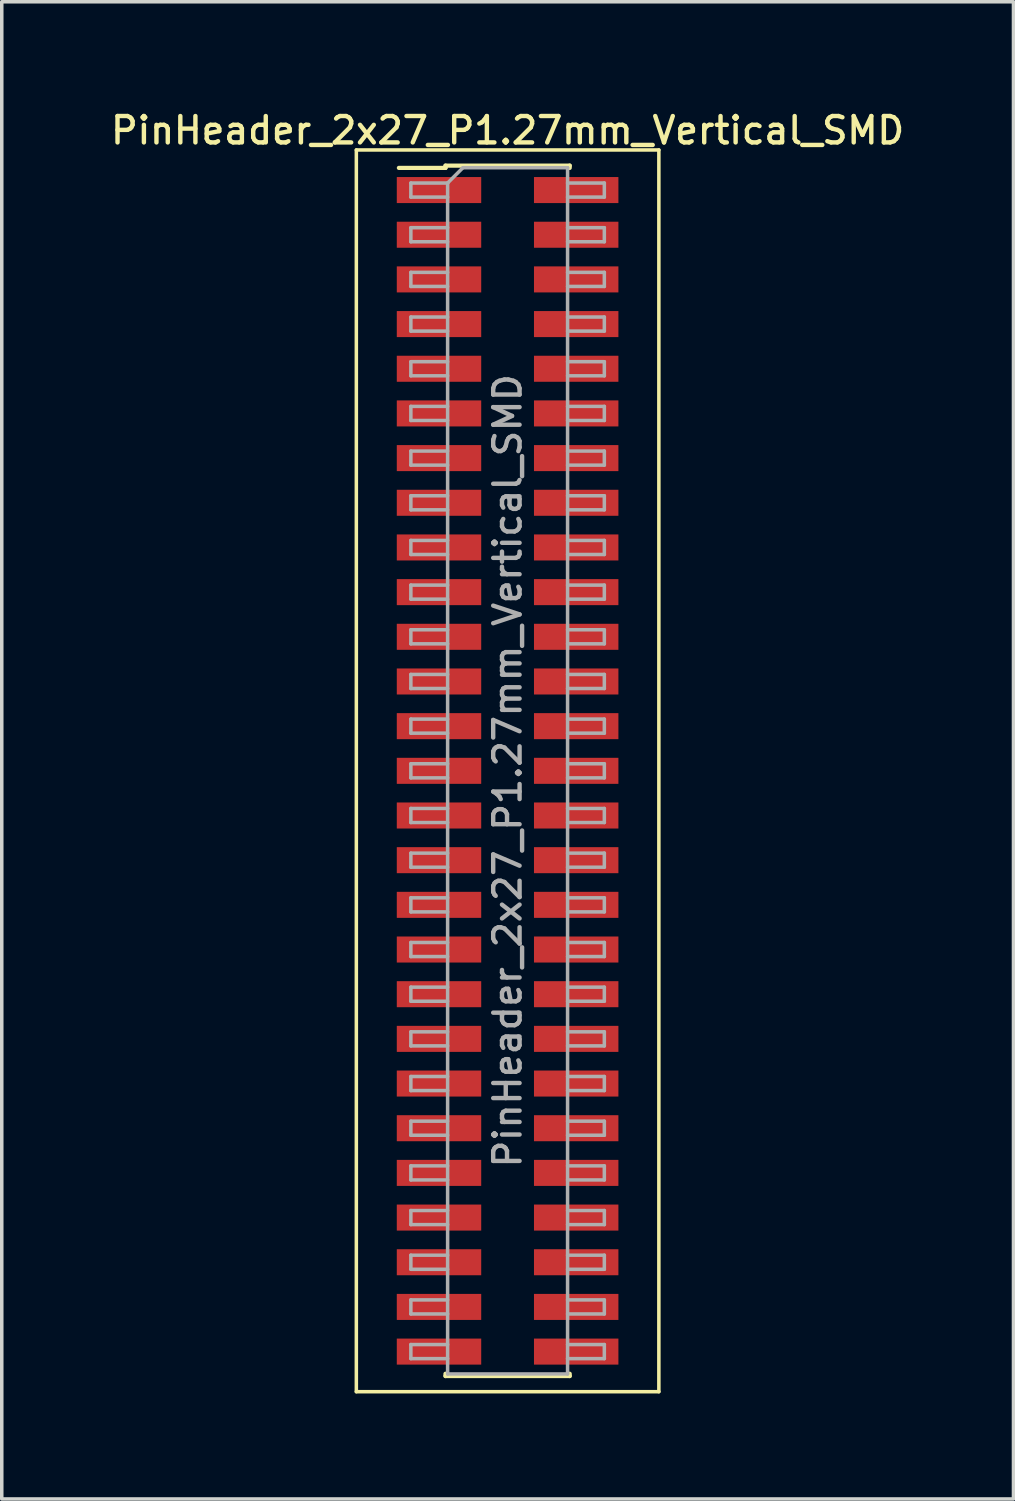
<source format=kicad_pcb>
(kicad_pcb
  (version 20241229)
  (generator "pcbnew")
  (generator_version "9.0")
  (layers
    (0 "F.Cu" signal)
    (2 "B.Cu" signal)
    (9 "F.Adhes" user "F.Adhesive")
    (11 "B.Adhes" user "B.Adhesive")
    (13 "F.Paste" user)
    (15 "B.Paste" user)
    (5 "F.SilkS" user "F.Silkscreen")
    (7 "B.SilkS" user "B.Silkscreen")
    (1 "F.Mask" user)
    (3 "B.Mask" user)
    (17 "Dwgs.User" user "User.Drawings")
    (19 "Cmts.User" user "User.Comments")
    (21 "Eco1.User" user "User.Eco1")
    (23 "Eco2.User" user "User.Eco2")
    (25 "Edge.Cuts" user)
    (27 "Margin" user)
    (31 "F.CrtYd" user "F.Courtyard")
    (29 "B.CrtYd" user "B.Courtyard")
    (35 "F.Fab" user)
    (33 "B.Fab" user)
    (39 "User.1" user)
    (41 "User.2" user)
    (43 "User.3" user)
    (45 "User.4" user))
  (footprint "PinHeader_2x27_P1.27mm_Vertical_SMD"
    (layer "F.Cu")
    (at 11.38 18.863)
    (property "Reference" "PinHeader_2x27_P1.27mm_Vertical_SMD" (at 0 -18.205 0) (layer "F.SilkS") (effects (font (size 0.75 0.75) (thickness 0.125))))
    (attr smd)
    (fp_line (start -4.3 -17.65) (end -4.3 17.65) (stroke (width 0.1) (type solid)) (layer "F.SilkS"))
    (fp_line (start -4.3 17.65) (end 4.3 17.65) (stroke (width 0.1) (type solid)) (layer "F.SilkS"))
    (fp_line (start -3.09 -17.14) (end -1.765 -17.14) (stroke (width 0.12) (type solid)) (layer "F.SilkS"))
    (fp_line (start -1.765 -17.205) (end -1.765 -17.14) (stroke (width 0.12) (type solid)) (layer "F.SilkS"))
    (fp_line (start -1.765 -17.205) (end 1.765 -17.205) (stroke (width 0.12) (type solid)) (layer "F.SilkS"))
    (fp_line (start -1.765 17.14) (end -1.765 17.205) (stroke (width 0.12) (type solid)) (layer "F.SilkS"))
    (fp_line (start -1.765 17.205) (end 1.765 17.205) (stroke (width 0.12) (type solid)) (layer "F.SilkS"))
    (fp_line (start 1.765 -17.205) (end 1.765 -17.14) (stroke (width 0.12) (type solid)) (layer "F.SilkS"))
    (fp_line (start 1.765 17.14) (end 1.765 17.205) (stroke (width 0.12) (type solid)) (layer "F.SilkS"))
    (fp_line (start 4.3 -17.65) (end -4.3 -17.65) (stroke (width 0.1) (type solid)) (layer "F.SilkS"))
    (fp_line (start 4.3 17.65) (end 4.3 -17.65) (stroke (width 0.1) (type solid)) (layer "F.SilkS"))
    (fp_line (start -2.75 -16.71) (end -2.75 -16.31) (stroke (width 0.1) (type solid)) (layer "F.Fab"))
    (fp_line (start -2.75 -16.31) (end -1.705 -16.31) (stroke (width 0.1) (type solid)) (layer "F.Fab"))
    (fp_line (start -2.75 -15.44) (end -2.75 -15.04) (stroke (width 0.1) (type solid)) (layer "F.Fab"))
    (fp_line (start -2.75 -15.04) (end -1.705 -15.04) (stroke (width 0.1) (type solid)) (layer "F.Fab"))
    (fp_line (start -2.75 -14.17) (end -2.75 -13.77) (stroke (width 0.1) (type solid)) (layer "F.Fab"))
    (fp_line (start -2.75 -13.77) (end -1.705 -13.77) (stroke (width 0.1) (type solid)) (layer "F.Fab"))
    (fp_line (start -2.75 -12.9) (end -2.75 -12.5) (stroke (width 0.1) (type solid)) (layer "F.Fab"))
    (fp_line (start -2.75 -12.5) (end -1.705 -12.5) (stroke (width 0.1) (type solid)) (layer "F.Fab"))
    (fp_line (start -2.75 -11.63) (end -2.75 -11.23) (stroke (width 0.1) (type solid)) (layer "F.Fab"))
    (fp_line (start -2.75 -11.23) (end -1.705 -11.23) (stroke (width 0.1) (type solid)) (layer "F.Fab"))
    (fp_line (start -2.75 -10.36) (end -2.75 -9.96) (stroke (width 0.1) (type solid)) (layer "F.Fab"))
    (fp_line (start -2.75 -9.96) (end -1.705 -9.96) (stroke (width 0.1) (type solid)) (layer "F.Fab"))
    (fp_line (start -2.75 -9.09) (end -2.75 -8.69) (stroke (width 0.1) (type solid)) (layer "F.Fab"))
    (fp_line (start -2.75 -8.69) (end -1.705 -8.69) (stroke (width 0.1) (type solid)) (layer "F.Fab"))
    (fp_line (start -2.75 -7.82) (end -2.75 -7.42) (stroke (width 0.1) (type solid)) (layer "F.Fab"))
    (fp_line (start -2.75 -7.42) (end -1.705 -7.42) (stroke (width 0.1) (type solid)) (layer "F.Fab"))
    (fp_line (start -2.75 -6.55) (end -2.75 -6.15) (stroke (width 0.1) (type solid)) (layer "F.Fab"))
    (fp_line (start -2.75 -6.15) (end -1.705 -6.15) (stroke (width 0.1) (type solid)) (layer "F.Fab"))
    (fp_line (start -2.75 -5.28) (end -2.75 -4.88) (stroke (width 0.1) (type solid)) (layer "F.Fab"))
    (fp_line (start -2.75 -4.88) (end -1.705 -4.88) (stroke (width 0.1) (type solid)) (layer "F.Fab"))
    (fp_line (start -2.75 -4.01) (end -2.75 -3.61) (stroke (width 0.1) (type solid)) (layer "F.Fab"))
    (fp_line (start -2.75 -3.61) (end -1.705 -3.61) (stroke (width 0.1) (type solid)) (layer "F.Fab"))
    (fp_line (start -2.75 -2.74) (end -2.75 -2.34) (stroke (width 0.1) (type solid)) (layer "F.Fab"))
    (fp_line (start -2.75 -2.34) (end -1.705 -2.34) (stroke (width 0.1) (type solid)) (layer "F.Fab"))
    (fp_line (start -2.75 -1.47) (end -2.75 -1.07) (stroke (width 0.1) (type solid)) (layer "F.Fab"))
    (fp_line (start -2.75 -1.07) (end -1.705 -1.07) (stroke (width 0.1) (type solid)) (layer "F.Fab"))
    (fp_line (start -2.75 -0.2) (end -2.75 0.2) (stroke (width 0.1) (type solid)) (layer "F.Fab"))
    (fp_line (start -2.75 0.2) (end -1.705 0.2) (stroke (width 0.1) (type solid)) (layer "F.Fab"))
    (fp_line (start -2.75 1.07) (end -2.75 1.47) (stroke (width 0.1) (type solid)) (layer "F.Fab"))
    (fp_line (start -2.75 1.47) (end -1.705 1.47) (stroke (width 0.1) (type solid)) (layer "F.Fab"))
    (fp_line (start -2.75 2.34) (end -2.75 2.74) (stroke (width 0.1) (type solid)) (layer "F.Fab"))
    (fp_line (start -2.75 2.74) (end -1.705 2.74) (stroke (width 0.1) (type solid)) (layer "F.Fab"))
    (fp_line (start -2.75 3.61) (end -2.75 4.01) (stroke (width 0.1) (type solid)) (layer "F.Fab"))
    (fp_line (start -2.75 4.01) (end -1.705 4.01) (stroke (width 0.1) (type solid)) (layer "F.Fab"))
    (fp_line (start -2.75 4.88) (end -2.75 5.28) (stroke (width 0.1) (type solid)) (layer "F.Fab"))
    (fp_line (start -2.75 5.28) (end -1.705 5.28) (stroke (width 0.1) (type solid)) (layer "F.Fab"))
    (fp_line (start -2.75 6.15) (end -2.75 6.55) (stroke (width 0.1) (type solid)) (layer "F.Fab"))
    (fp_line (start -2.75 6.55) (end -1.705 6.55) (stroke (width 0.1) (type solid)) (layer "F.Fab"))
    (fp_line (start -2.75 7.42) (end -2.75 7.82) (stroke (width 0.1) (type solid)) (layer "F.Fab"))
    (fp_line (start -2.75 7.82) (end -1.705 7.82) (stroke (width 0.1) (type solid)) (layer "F.Fab"))
    (fp_line (start -2.75 8.69) (end -2.75 9.09) (stroke (width 0.1) (type solid)) (layer "F.Fab"))
    (fp_line (start -2.75 9.09) (end -1.705 9.09) (stroke (width 0.1) (type solid)) (layer "F.Fab"))
    (fp_line (start -2.75 9.96) (end -2.75 10.36) (stroke (width 0.1) (type solid)) (layer "F.Fab"))
    (fp_line (start -2.75 10.36) (end -1.705 10.36) (stroke (width 0.1) (type solid)) (layer "F.Fab"))
    (fp_line (start -2.75 11.23) (end -2.75 11.63) (stroke (width 0.1) (type solid)) (layer "F.Fab"))
    (fp_line (start -2.75 11.63) (end -1.705 11.63) (stroke (width 0.1) (type solid)) (layer "F.Fab"))
    (fp_line (start -2.75 12.5) (end -2.75 12.9) (stroke (width 0.1) (type solid)) (layer "F.Fab"))
    (fp_line (start -2.75 12.9) (end -1.705 12.9) (stroke (width 0.1) (type solid)) (layer "F.Fab"))
    (fp_line (start -2.75 13.77) (end -2.75 14.17) (stroke (width 0.1) (type solid)) (layer "F.Fab"))
    (fp_line (start -2.75 14.17) (end -1.705 14.17) (stroke (width 0.1) (type solid)) (layer "F.Fab"))
    (fp_line (start -2.75 15.04) (end -2.75 15.44) (stroke (width 0.1) (type solid)) (layer "F.Fab"))
    (fp_line (start -2.75 15.44) (end -1.705 15.44) (stroke (width 0.1) (type solid)) (layer "F.Fab"))
    (fp_line (start -2.75 16.31) (end -2.75 16.71) (stroke (width 0.1) (type solid)) (layer "F.Fab"))
    (fp_line (start -2.75 16.71) (end -1.705 16.71) (stroke (width 0.1) (type solid)) (layer "F.Fab"))
    (fp_line (start -1.705 -16.71) (end -2.75 -16.71) (stroke (width 0.1) (type solid)) (layer "F.Fab"))
    (fp_line (start -1.705 -16.71) (end -1.27 -17.145) (stroke (width 0.1) (type solid)) (layer "F.Fab"))
    (fp_line (start -1.705 -15.44) (end -2.75 -15.44) (stroke (width 0.1) (type solid)) (layer "F.Fab"))
    (fp_line (start -1.705 -14.17) (end -2.75 -14.17) (stroke (width 0.1) (type solid)) (layer "F.Fab"))
    (fp_line (start -1.705 -12.9) (end -2.75 -12.9) (stroke (width 0.1) (type solid)) (layer "F.Fab"))
    (fp_line (start -1.705 -11.63) (end -2.75 -11.63) (stroke (width 0.1) (type solid)) (layer "F.Fab"))
    (fp_line (start -1.705 -10.36) (end -2.75 -10.36) (stroke (width 0.1) (type solid)) (layer "F.Fab"))
    (fp_line (start -1.705 -9.09) (end -2.75 -9.09) (stroke (width 0.1) (type solid)) (layer "F.Fab"))
    (fp_line (start -1.705 -7.82) (end -2.75 -7.82) (stroke (width 0.1) (type solid)) (layer "F.Fab"))
    (fp_line (start -1.705 -6.55) (end -2.75 -6.55) (stroke (width 0.1) (type solid)) (layer "F.Fab"))
    (fp_line (start -1.705 -5.28) (end -2.75 -5.28) (stroke (width 0.1) (type solid)) (layer "F.Fab"))
    (fp_line (start -1.705 -4.01) (end -2.75 -4.01) (stroke (width 0.1) (type solid)) (layer "F.Fab"))
    (fp_line (start -1.705 -2.74) (end -2.75 -2.74) (stroke (width 0.1) (type solid)) (layer "F.Fab"))
    (fp_line (start -1.705 -1.47) (end -2.75 -1.47) (stroke (width 0.1) (type solid)) (layer "F.Fab"))
    (fp_line (start -1.705 -0.2) (end -2.75 -0.2) (stroke (width 0.1) (type solid)) (layer "F.Fab"))
    (fp_line (start -1.705 1.07) (end -2.75 1.07) (stroke (width 0.1) (type solid)) (layer "F.Fab"))
    (fp_line (start -1.705 2.34) (end -2.75 2.34) (stroke (width 0.1) (type solid)) (layer "F.Fab"))
    (fp_line (start -1.705 3.61) (end -2.75 3.61) (stroke (width 0.1) (type solid)) (layer "F.Fab"))
    (fp_line (start -1.705 4.88) (end -2.75 4.88) (stroke (width 0.1) (type solid)) (layer "F.Fab"))
    (fp_line (start -1.705 6.15) (end -2.75 6.15) (stroke (width 0.1) (type solid)) (layer "F.Fab"))
    (fp_line (start -1.705 7.42) (end -2.75 7.42) (stroke (width 0.1) (type solid)) (layer "F.Fab"))
    (fp_line (start -1.705 8.69) (end -2.75 8.69) (stroke (width 0.1) (type solid)) (layer "F.Fab"))
    (fp_line (start -1.705 9.96) (end -2.75 9.96) (stroke (width 0.1) (type solid)) (layer "F.Fab"))
    (fp_line (start -1.705 11.23) (end -2.75 11.23) (stroke (width 0.1) (type solid)) (layer "F.Fab"))
    (fp_line (start -1.705 12.5) (end -2.75 12.5) (stroke (width 0.1) (type solid)) (layer "F.Fab"))
    (fp_line (start -1.705 13.77) (end -2.75 13.77) (stroke (width 0.1) (type solid)) (layer "F.Fab"))
    (fp_line (start -1.705 15.04) (end -2.75 15.04) (stroke (width 0.1) (type solid)) (layer "F.Fab"))
    (fp_line (start -1.705 16.31) (end -2.75 16.31) (stroke (width 0.1) (type solid)) (layer "F.Fab"))
    (fp_line (start -1.705 17.145) (end -1.705 -16.71) (stroke (width 0.1) (type solid)) (layer "F.Fab"))
    (fp_line (start -1.27 -17.145) (end 1.705 -17.145) (stroke (width 0.1) (type solid)) (layer "F.Fab"))
    (fp_line (start 1.705 -17.145) (end 1.705 17.145) (stroke (width 0.1) (type solid)) (layer "F.Fab"))
    (fp_line (start 1.705 -16.71) (end 2.75 -16.71) (stroke (width 0.1) (type solid)) (layer "F.Fab"))
    (fp_line (start 1.705 -15.44) (end 2.75 -15.44) (stroke (width 0.1) (type solid)) (layer "F.Fab"))
    (fp_line (start 1.705 -14.17) (end 2.75 -14.17) (stroke (width 0.1) (type solid)) (layer "F.Fab"))
    (fp_line (start 1.705 -12.9) (end 2.75 -12.9) (stroke (width 0.1) (type solid)) (layer "F.Fab"))
    (fp_line (start 1.705 -11.63) (end 2.75 -11.63) (stroke (width 0.1) (type solid)) (layer "F.Fab"))
    (fp_line (start 1.705 -10.36) (end 2.75 -10.36) (stroke (width 0.1) (type solid)) (layer "F.Fab"))
    (fp_line (start 1.705 -9.09) (end 2.75 -9.09) (stroke (width 0.1) (type solid)) (layer "F.Fab"))
    (fp_line (start 1.705 -7.82) (end 2.75 -7.82) (stroke (width 0.1) (type solid)) (layer "F.Fab"))
    (fp_line (start 1.705 -6.55) (end 2.75 -6.55) (stroke (width 0.1) (type solid)) (layer "F.Fab"))
    (fp_line (start 1.705 -5.28) (end 2.75 -5.28) (stroke (width 0.1) (type solid)) (layer "F.Fab"))
    (fp_line (start 1.705 -4.01) (end 2.75 -4.01) (stroke (width 0.1) (type solid)) (layer "F.Fab"))
    (fp_line (start 1.705 -2.74) (end 2.75 -2.74) (stroke (width 0.1) (type solid)) (layer "F.Fab"))
    (fp_line (start 1.705 -1.47) (end 2.75 -1.47) (stroke (width 0.1) (type solid)) (layer "F.Fab"))
    (fp_line (start 1.705 -0.2) (end 2.75 -0.2) (stroke (width 0.1) (type solid)) (layer "F.Fab"))
    (fp_line (start 1.705 1.07) (end 2.75 1.07) (stroke (width 0.1) (type solid)) (layer "F.Fab"))
    (fp_line (start 1.705 2.34) (end 2.75 2.34) (stroke (width 0.1) (type solid)) (layer "F.Fab"))
    (fp_line (start 1.705 3.61) (end 2.75 3.61) (stroke (width 0.1) (type solid)) (layer "F.Fab"))
    (fp_line (start 1.705 4.88) (end 2.75 4.88) (stroke (width 0.1) (type solid)) (layer "F.Fab"))
    (fp_line (start 1.705 6.15) (end 2.75 6.15) (stroke (width 0.1) (type solid)) (layer "F.Fab"))
    (fp_line (start 1.705 7.42) (end 2.75 7.42) (stroke (width 0.1) (type solid)) (layer "F.Fab"))
    (fp_line (start 1.705 8.69) (end 2.75 8.69) (stroke (width 0.1) (type solid)) (layer "F.Fab"))
    (fp_line (start 1.705 9.96) (end 2.75 9.96) (stroke (width 0.1) (type solid)) (layer "F.Fab"))
    (fp_line (start 1.705 11.23) (end 2.75 11.23) (stroke (width 0.1) (type solid)) (layer "F.Fab"))
    (fp_line (start 1.705 12.5) (end 2.75 12.5) (stroke (width 0.1) (type solid)) (layer "F.Fab"))
    (fp_line (start 1.705 13.77) (end 2.75 13.77) (stroke (width 0.1) (type solid)) (layer "F.Fab"))
    (fp_line (start 1.705 15.04) (end 2.75 15.04) (stroke (width 0.1) (type solid)) (layer "F.Fab"))
    (fp_line (start 1.705 16.31) (end 2.75 16.31) (stroke (width 0.1) (type solid)) (layer "F.Fab"))
    (fp_line (start 1.705 17.145) (end -1.705 17.145) (stroke (width 0.1) (type solid)) (layer "F.Fab"))
    (fp_line (start 2.75 -16.71) (end 2.75 -16.31) (stroke (width 0.1) (type solid)) (layer "F.Fab"))
    (fp_line (start 2.75 -16.31) (end 1.705 -16.31) (stroke (width 0.1) (type solid)) (layer "F.Fab"))
    (fp_line (start 2.75 -15.44) (end 2.75 -15.04) (stroke (width 0.1) (type solid)) (layer "F.Fab"))
    (fp_line (start 2.75 -15.04) (end 1.705 -15.04) (stroke (width 0.1) (type solid)) (layer "F.Fab"))
    (fp_line (start 2.75 -14.17) (end 2.75 -13.77) (stroke (width 0.1) (type solid)) (layer "F.Fab"))
    (fp_line (start 2.75 -13.77) (end 1.705 -13.77) (stroke (width 0.1) (type solid)) (layer "F.Fab"))
    (fp_line (start 2.75 -12.9) (end 2.75 -12.5) (stroke (width 0.1) (type solid)) (layer "F.Fab"))
    (fp_line (start 2.75 -12.5) (end 1.705 -12.5) (stroke (width 0.1) (type solid)) (layer "F.Fab"))
    (fp_line (start 2.75 -11.63) (end 2.75 -11.23) (stroke (width 0.1) (type solid)) (layer "F.Fab"))
    (fp_line (start 2.75 -11.23) (end 1.705 -11.23) (stroke (width 0.1) (type solid)) (layer "F.Fab"))
    (fp_line (start 2.75 -10.36) (end 2.75 -9.96) (stroke (width 0.1) (type solid)) (layer "F.Fab"))
    (fp_line (start 2.75 -9.96) (end 1.705 -9.96) (stroke (width 0.1) (type solid)) (layer "F.Fab"))
    (fp_line (start 2.75 -9.09) (end 2.75 -8.69) (stroke (width 0.1) (type solid)) (layer "F.Fab"))
    (fp_line (start 2.75 -8.69) (end 1.705 -8.69) (stroke (width 0.1) (type solid)) (layer "F.Fab"))
    (fp_line (start 2.75 -7.82) (end 2.75 -7.42) (stroke (width 0.1) (type solid)) (layer "F.Fab"))
    (fp_line (start 2.75 -7.42) (end 1.705 -7.42) (stroke (width 0.1) (type solid)) (layer "F.Fab"))
    (fp_line (start 2.75 -6.55) (end 2.75 -6.15) (stroke (width 0.1) (type solid)) (layer "F.Fab"))
    (fp_line (start 2.75 -6.15) (end 1.705 -6.15) (stroke (width 0.1) (type solid)) (layer "F.Fab"))
    (fp_line (start 2.75 -5.28) (end 2.75 -4.88) (stroke (width 0.1) (type solid)) (layer "F.Fab"))
    (fp_line (start 2.75 -4.88) (end 1.705 -4.88) (stroke (width 0.1) (type solid)) (layer "F.Fab"))
    (fp_line (start 2.75 -4.01) (end 2.75 -3.61) (stroke (width 0.1) (type solid)) (layer "F.Fab"))
    (fp_line (start 2.75 -3.61) (end 1.705 -3.61) (stroke (width 0.1) (type solid)) (layer "F.Fab"))
    (fp_line (start 2.75 -2.74) (end 2.75 -2.34) (stroke (width 0.1) (type solid)) (layer "F.Fab"))
    (fp_line (start 2.75 -2.34) (end 1.705 -2.34) (stroke (width 0.1) (type solid)) (layer "F.Fab"))
    (fp_line (start 2.75 -1.47) (end 2.75 -1.07) (stroke (width 0.1) (type solid)) (layer "F.Fab"))
    (fp_line (start 2.75 -1.07) (end 1.705 -1.07) (stroke (width 0.1) (type solid)) (layer "F.Fab"))
    (fp_line (start 2.75 -0.2) (end 2.75 0.2) (stroke (width 0.1) (type solid)) (layer "F.Fab"))
    (fp_line (start 2.75 0.2) (end 1.705 0.2) (stroke (width 0.1) (type solid)) (layer "F.Fab"))
    (fp_line (start 2.75 1.07) (end 2.75 1.47) (stroke (width 0.1) (type solid)) (layer "F.Fab"))
    (fp_line (start 2.75 1.47) (end 1.705 1.47) (stroke (width 0.1) (type solid)) (layer "F.Fab"))
    (fp_line (start 2.75 2.34) (end 2.75 2.74) (stroke (width 0.1) (type solid)) (layer "F.Fab"))
    (fp_line (start 2.75 2.74) (end 1.705 2.74) (stroke (width 0.1) (type solid)) (layer "F.Fab"))
    (fp_line (start 2.75 3.61) (end 2.75 4.01) (stroke (width 0.1) (type solid)) (layer "F.Fab"))
    (fp_line (start 2.75 4.01) (end 1.705 4.01) (stroke (width 0.1) (type solid)) (layer "F.Fab"))
    (fp_line (start 2.75 4.88) (end 2.75 5.28) (stroke (width 0.1) (type solid)) (layer "F.Fab"))
    (fp_line (start 2.75 5.28) (end 1.705 5.28) (stroke (width 0.1) (type solid)) (layer "F.Fab"))
    (fp_line (start 2.75 6.15) (end 2.75 6.55) (stroke (width 0.1) (type solid)) (layer "F.Fab"))
    (fp_line (start 2.75 6.55) (end 1.705 6.55) (stroke (width 0.1) (type solid)) (layer "F.Fab"))
    (fp_line (start 2.75 7.42) (end 2.75 7.82) (stroke (width 0.1) (type solid)) (layer "F.Fab"))
    (fp_line (start 2.75 7.82) (end 1.705 7.82) (stroke (width 0.1) (type solid)) (layer "F.Fab"))
    (fp_line (start 2.75 8.69) (end 2.75 9.09) (stroke (width 0.1) (type solid)) (layer "F.Fab"))
    (fp_line (start 2.75 9.09) (end 1.705 9.09) (stroke (width 0.1) (type solid)) (layer "F.Fab"))
    (fp_line (start 2.75 9.96) (end 2.75 10.36) (stroke (width 0.1) (type solid)) (layer "F.Fab"))
    (fp_line (start 2.75 10.36) (end 1.705 10.36) (stroke (width 0.1) (type solid)) (layer "F.Fab"))
    (fp_line (start 2.75 11.23) (end 2.75 11.63) (stroke (width 0.1) (type solid)) (layer "F.Fab"))
    (fp_line (start 2.75 11.63) (end 1.705 11.63) (stroke (width 0.1) (type solid)) (layer "F.Fab"))
    (fp_line (start 2.75 12.5) (end 2.75 12.9) (stroke (width 0.1) (type solid)) (layer "F.Fab"))
    (fp_line (start 2.75 12.9) (end 1.705 12.9) (stroke (width 0.1) (type solid)) (layer "F.Fab"))
    (fp_line (start 2.75 13.77) (end 2.75 14.17) (stroke (width 0.1) (type solid)) (layer "F.Fab"))
    (fp_line (start 2.75 14.17) (end 1.705 14.17) (stroke (width 0.1) (type solid)) (layer "F.Fab"))
    (fp_line (start 2.75 15.04) (end 2.75 15.44) (stroke (width 0.1) (type solid)) (layer "F.Fab"))
    (fp_line (start 2.75 15.44) (end 1.705 15.44) (stroke (width 0.1) (type solid)) (layer "F.Fab"))
    (fp_line (start 2.75 16.31) (end 2.75 16.71) (stroke (width 0.1) (type solid)) (layer "F.Fab"))
    (fp_line (start 2.75 16.71) (end 1.705 16.71) (stroke (width 0.1) (type solid)) (layer "F.Fab"))
    (fp_text user "${REFERENCE}" (at 0 0 90) (layer "F.Fab") (effects (font (size 0.75 0.75) (thickness 0.125))))
    (pad "1" smd rect (at -1.95 -16.51) (size 2.4 0.74) (layers "F.Cu" "F.Mask" "F.Paste"))
    (pad "2" smd rect (at 1.95 -16.51) (size 2.4 0.74) (layers "F.Cu" "F.Mask" "F.Paste"))
    (pad "3" smd rect (at -1.95 -15.24) (size 2.4 0.74) (layers "F.Cu" "F.Mask" "F.Paste"))
    (pad "4" smd rect (at 1.95 -15.24) (size 2.4 0.74) (layers "F.Cu" "F.Mask" "F.Paste"))
    (pad "5" smd rect (at -1.95 -13.97) (size 2.4 0.74) (layers "F.Cu" "F.Mask" "F.Paste"))
    (pad "6" smd rect (at 1.95 -13.97) (size 2.4 0.74) (layers "F.Cu" "F.Mask" "F.Paste"))
    (pad "7" smd rect (at -1.95 -12.7) (size 2.4 0.74) (layers "F.Cu" "F.Mask" "F.Paste"))
    (pad "8" smd rect (at 1.95 -12.7) (size 2.4 0.74) (layers "F.Cu" "F.Mask" "F.Paste"))
    (pad "9" smd rect (at -1.95 -11.43) (size 2.4 0.74) (layers "F.Cu" "F.Mask" "F.Paste"))
    (pad "10" smd rect (at 1.95 -11.43) (size 2.4 0.74) (layers "F.Cu" "F.Mask" "F.Paste"))
    (pad "11" smd rect (at -1.95 -10.16) (size 2.4 0.74) (layers "F.Cu" "F.Mask" "F.Paste"))
    (pad "12" smd rect (at 1.95 -10.16) (size 2.4 0.74) (layers "F.Cu" "F.Mask" "F.Paste"))
    (pad "13" smd rect (at -1.95 -8.89) (size 2.4 0.74) (layers "F.Cu" "F.Mask" "F.Paste"))
    (pad "14" smd rect (at 1.95 -8.89) (size 2.4 0.74) (layers "F.Cu" "F.Mask" "F.Paste"))
    (pad "15" smd rect (at -1.95 -7.62) (size 2.4 0.74) (layers "F.Cu" "F.Mask" "F.Paste"))
    (pad "16" smd rect (at 1.95 -7.62) (size 2.4 0.74) (layers "F.Cu" "F.Mask" "F.Paste"))
    (pad "17" smd rect (at -1.95 -6.35) (size 2.4 0.74) (layers "F.Cu" "F.Mask" "F.Paste"))
    (pad "18" smd rect (at 1.95 -6.35) (size 2.4 0.74) (layers "F.Cu" "F.Mask" "F.Paste"))
    (pad "19" smd rect (at -1.95 -5.08) (size 2.4 0.74) (layers "F.Cu" "F.Mask" "F.Paste"))
    (pad "20" smd rect (at 1.95 -5.08) (size 2.4 0.74) (layers "F.Cu" "F.Mask" "F.Paste"))
    (pad "21" smd rect (at -1.95 -3.81) (size 2.4 0.74) (layers "F.Cu" "F.Mask" "F.Paste"))
    (pad "22" smd rect (at 1.95 -3.81) (size 2.4 0.74) (layers "F.Cu" "F.Mask" "F.Paste"))
    (pad "23" smd rect (at -1.95 -2.54) (size 2.4 0.74) (layers "F.Cu" "F.Mask" "F.Paste"))
    (pad "24" smd rect (at 1.95 -2.54) (size 2.4 0.74) (layers "F.Cu" "F.Mask" "F.Paste"))
    (pad "25" smd rect (at -1.95 -1.27) (size 2.4 0.74) (layers "F.Cu" "F.Mask" "F.Paste"))
    (pad "26" smd rect (at 1.95 -1.27) (size 2.4 0.74) (layers "F.Cu" "F.Mask" "F.Paste"))
    (pad "27" smd rect (at -1.95 0) (size 2.4 0.74) (layers "F.Cu" "F.Mask" "F.Paste"))
    (pad "28" smd rect (at 1.95 0) (size 2.4 0.74) (layers "F.Cu" "F.Mask" "F.Paste"))
    (pad "29" smd rect (at -1.95 1.27) (size 2.4 0.74) (layers "F.Cu" "F.Mask" "F.Paste"))
    (pad "30" smd rect (at 1.95 1.27) (size 2.4 0.74) (layers "F.Cu" "F.Mask" "F.Paste"))
    (pad "31" smd rect (at -1.95 2.54) (size 2.4 0.74) (layers "F.Cu" "F.Mask" "F.Paste"))
    (pad "32" smd rect (at 1.95 2.54) (size 2.4 0.74) (layers "F.Cu" "F.Mask" "F.Paste"))
    (pad "33" smd rect (at -1.95 3.81) (size 2.4 0.74) (layers "F.Cu" "F.Mask" "F.Paste"))
    (pad "34" smd rect (at 1.95 3.81) (size 2.4 0.74) (layers "F.Cu" "F.Mask" "F.Paste"))
    (pad "35" smd rect (at -1.95 5.08) (size 2.4 0.74) (layers "F.Cu" "F.Mask" "F.Paste"))
    (pad "36" smd rect (at 1.95 5.08) (size 2.4 0.74) (layers "F.Cu" "F.Mask" "F.Paste"))
    (pad "37" smd rect (at -1.95 6.35) (size 2.4 0.74) (layers "F.Cu" "F.Mask" "F.Paste"))
    (pad "38" smd rect (at 1.95 6.35) (size 2.4 0.74) (layers "F.Cu" "F.Mask" "F.Paste"))
    (pad "39" smd rect (at -1.95 7.62) (size 2.4 0.74) (layers "F.Cu" "F.Mask" "F.Paste"))
    (pad "40" smd rect (at 1.95 7.62) (size 2.4 0.74) (layers "F.Cu" "F.Mask" "F.Paste"))
    (pad "41" smd rect (at -1.95 8.89) (size 2.4 0.74) (layers "F.Cu" "F.Mask" "F.Paste"))
    (pad "42" smd rect (at 1.95 8.89) (size 2.4 0.74) (layers "F.Cu" "F.Mask" "F.Paste"))
    (pad "43" smd rect (at -1.95 10.16) (size 2.4 0.74) (layers "F.Cu" "F.Mask" "F.Paste"))
    (pad "44" smd rect (at 1.95 10.16) (size 2.4 0.74) (layers "F.Cu" "F.Mask" "F.Paste"))
    (pad "45" smd rect (at -1.95 11.43) (size 2.4 0.74) (layers "F.Cu" "F.Mask" "F.Paste"))
    (pad "46" smd rect (at 1.95 11.43) (size 2.4 0.74) (layers "F.Cu" "F.Mask" "F.Paste"))
    (pad "47" smd rect (at -1.95 12.7) (size 2.4 0.74) (layers "F.Cu" "F.Mask" "F.Paste"))
    (pad "48" smd rect (at 1.95 12.7) (size 2.4 0.74) (layers "F.Cu" "F.Mask" "F.Paste"))
    (pad "49" smd rect (at -1.95 13.97) (size 2.4 0.74) (layers "F.Cu" "F.Mask" "F.Paste"))
    (pad "50" smd rect (at 1.95 13.97) (size 2.4 0.74) (layers "F.Cu" "F.Mask" "F.Paste"))
    (pad "51" smd rect (at -1.95 15.24) (size 2.4 0.74) (layers "F.Cu" "F.Mask" "F.Paste"))
    (pad "52" smd rect (at 1.95 15.24) (size 2.4 0.74) (layers "F.Cu" "F.Mask" "F.Paste"))
    (pad "53" smd rect (at -1.95 16.51) (size 2.4 0.74) (layers "F.Cu" "F.Mask" "F.Paste"))
    (pad "54" smd rect (at 1.95 16.51) (size 2.4 0.74) (layers "F.Cu" "F.Mask" "F.Paste")))
  (gr_rect
    (start -3 -3)
    (end 25.761 39.563)
    (stroke (width 0.1) (type default))
    (fill no)
    (layer "Edge.Cuts")))
</source>
